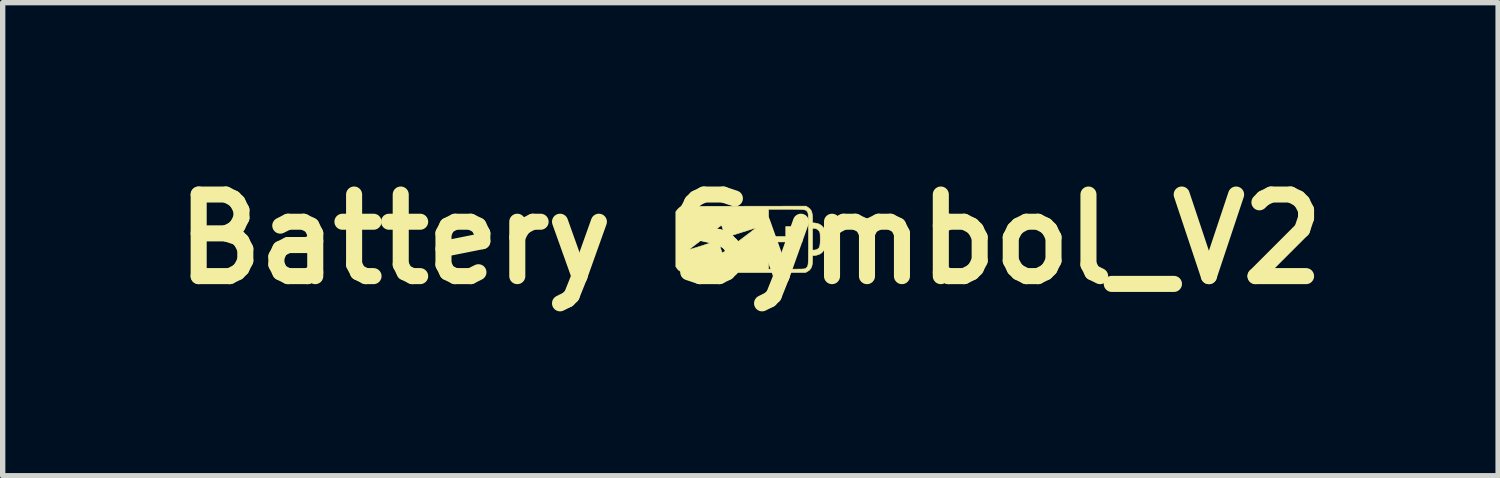
<source format=kicad_pcb>
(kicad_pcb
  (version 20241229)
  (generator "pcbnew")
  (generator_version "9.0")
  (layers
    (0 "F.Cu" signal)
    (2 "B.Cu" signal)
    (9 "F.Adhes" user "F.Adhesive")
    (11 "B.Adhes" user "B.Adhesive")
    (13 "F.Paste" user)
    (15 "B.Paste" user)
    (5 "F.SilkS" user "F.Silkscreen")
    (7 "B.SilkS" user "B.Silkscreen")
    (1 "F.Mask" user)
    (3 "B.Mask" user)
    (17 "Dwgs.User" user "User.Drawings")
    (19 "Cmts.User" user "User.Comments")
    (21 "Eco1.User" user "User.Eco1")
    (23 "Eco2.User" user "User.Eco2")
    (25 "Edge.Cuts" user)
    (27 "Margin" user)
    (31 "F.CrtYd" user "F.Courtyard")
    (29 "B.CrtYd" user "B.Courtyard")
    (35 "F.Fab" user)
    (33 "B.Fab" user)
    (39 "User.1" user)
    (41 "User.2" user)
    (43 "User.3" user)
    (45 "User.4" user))
  (footprint "Battery Symbol_V2"
    (layer "F.Cu")
    (at 10.966 1.418)
    (property "Reference" "Battery Symbol_V2" (at 0 0 0) (layer "F.SilkS") (effects (font (size 1.524 1.524) (thickness 0.3))))
    (attr through_hole)
    (fp_poly (pts (xy 0.762 -0.051) (xy 0.965 -0.051) (xy 0.965 0.051) (xy 0.762 0.051) (xy 0.762 0.237) (xy 0.66 0.237) (xy 0.66 0.051) (xy 0.457 0.051) (xy 0.457 -0.051) (xy 0.66 -0.051) (xy 0.66 -0.237) (xy 0.762 -0.237) (xy 0.762 -0.051)) (stroke (width 0.01) (type solid)) (fill yes) (layer "F.SilkS"))
    (fp_poly (pts (xy 1.078 -0.593) (xy 1.111 -0.566) (xy 1.135 -0.534) (xy 1.15 -0.493) (xy 1.158 -0.441) (xy 1.16 -0.393) (xy 1.16 -0.307) (xy 1.212 -0.302) (xy 1.271 -0.288) (xy 1.321 -0.261) (xy 1.36 -0.223) (xy 1.387 -0.174) (xy 1.396 -0.143) (xy 1.401 -0.108) (xy 1.404 -0.062) (xy 1.406 -0.011) (xy 1.405 0.042) (xy 1.402 0.092) (xy 1.398 0.133) (xy 1.392 0.159) (xy 1.369 0.212) (xy 1.332 0.254) (xy 1.285 0.283) (xy 1.228 0.3) (xy 1.209 0.303) (xy 1.16 0.307) (xy 1.16 0.389) (xy 1.157 0.455) (xy 1.147 0.506) (xy 1.128 0.547) (xy 1.101 0.579) (xy 1.064 0.603) (xy 1.029 0.622) (xy -0.106 0.624) (xy -0.244 0.624) (xy -0.377 0.624) (xy -0.505 0.624) (xy -0.626 0.623) (xy -0.74 0.623) (xy -0.846 0.623) (xy -0.942 0.622) (xy -1.028 0.622) (xy -1.103 0.621) (xy -1.164 0.621) (xy -1.213 0.62) (xy -1.247 0.619) (xy -1.265 0.619) (xy -1.268 0.618) (xy -1.309 0.601) (xy -1.348 0.572) (xy -1.372 0.543) (xy -1.393 0.513) (xy -1.393 0.192) (xy -1.14 0.192) (xy -1.131 0.19) (xy -1.108 0.184) (xy -1.073 0.174) (xy -1.028 0.16) (xy -0.974 0.143) (xy -0.913 0.124) (xy -0.873 0.111) (xy -0.81 0.09) (xy -0.752 0.071) (xy -0.701 0.055) (xy -0.659 0.042) (xy -0.628 0.032) (xy -0.611 0.026) (xy -0.607 0.025) (xy -0.603 0.033) (xy -0.595 0.054) (xy -0.585 0.084) (xy -0.572 0.122) (xy -0.572 0.123) (xy -0.559 0.163) (xy -0.547 0.199) (xy -0.538 0.227) (xy -0.533 0.242) (xy -0.531 0.246) (xy -0.529 0.249) (xy -0.524 0.25) (xy -0.517 0.248) (xy -0.506 0.243) (xy -0.491 0.233) (xy -0.47 0.22) (xy -0.442 0.2) (xy -0.407 0.175) (xy -0.363 0.143) (xy -0.31 0.104) (xy -0.247 0.056) (xy -0.173 0.000484) (xy -0.086 -0.065) (xy -0.055 -0.088) (xy -0.012 -0.12) (xy 0.026 -0.15) (xy 0.057 -0.174) (xy 0.08 -0.193) (xy 0.091 -0.203) (xy 0.092 -0.205) (xy 0.091 -0.211) (xy 0.088 -0.21) (xy 0.078 -0.206) (xy 0.054 -0.198) (xy 0.018 -0.186) (xy -0.027 -0.172) (xy -0.078 -0.155) (xy -0.134 -0.138) (xy -0.192 -0.12) (xy -0.249 -0.102) (xy -0.304 -0.085) (xy -0.354 -0.069) (xy -0.397 -0.056) (xy -0.43 -0.046) (xy -0.45 -0.04) (xy -0.456 -0.039) (xy -0.464 -0.046) (xy -0.475 -0.067) (xy -0.489 -0.104) (xy -0.504 -0.15) (xy -0.539 -0.263) (xy -0.64 -0.188) (xy -0.749 -0.107) (xy -0.845 -0.036) (xy -0.927 0.025) (xy -0.996 0.077) (xy -1.051 0.119) (xy -1.093 0.151) (xy -1.122 0.174) (xy -1.137 0.188) (xy -1.14 0.192) (xy -1.393 0.192) (xy -1.393 -0.514) (xy -1.37 -0.544) (xy -1.356 -0.559) (xy 0.339 -0.559) (xy 0.339 0.559) (xy 0.676 0.559) (xy 0.761 0.559) (xy 0.83 0.559) (xy 0.886 0.558) (xy 0.929 0.558) (xy 0.962 0.557) (xy 0.987 0.555) (xy 1.005 0.554) (xy 1.017 0.551) (xy 1.026 0.548) (xy 1.032 0.544) (xy 1.036 0.541) (xy 1.046 0.533) (xy 1.054 0.526) (xy 1.062 0.517) (xy 1.067 0.506) (xy 1.072 0.492) (xy 1.076 0.472) (xy 1.079 0.446) (xy 1.081 0.412) (xy 1.082 0.368) (xy 1.083 0.315) (xy 1.083 0.249) (xy 1.084 0.203) (xy 1.16 0.203) (xy 1.192 0.203) (xy 1.221 0.198) (xy 1.25 0.187) (xy 1.251 0.186) (xy 1.271 0.172) (xy 1.285 0.153) (xy 1.294 0.128) (xy 1.3 0.094) (xy 1.303 0.049) (xy 1.304 -0.002) (xy 1.303 -0.052) (xy 1.302 -0.088) (xy 1.299 -0.114) (xy 1.294 -0.133) (xy 1.289 -0.144) (xy 1.266 -0.173) (xy 1.232 -0.194) (xy 1.193 -0.203) (xy 1.187 -0.203) (xy 1.16 -0.203) (xy 1.16 0.203) (xy 1.084 0.203) (xy 1.084 0.17) (xy 1.084 0.076) (xy 1.084 -0.002) (xy 1.084 -0.104) (xy 1.084 -0.19) (xy 1.083 -0.262) (xy 1.083 -0.322) (xy 1.082 -0.37) (xy 1.082 -0.408) (xy 1.08 -0.437) (xy 1.079 -0.46) (xy 1.077 -0.476) (xy 1.075 -0.487) (xy 1.072 -0.496) (xy 1.069 -0.503) (xy 1.067 -0.505) (xy 1.059 -0.518) (xy 1.051 -0.529) (xy 1.041 -0.538) (xy 1.028 -0.544) (xy 1.009 -0.549) (xy 0.984 -0.553) (xy 0.951 -0.556) (xy 0.908 -0.557) (xy 0.854 -0.558) (xy 0.786 -0.559) (xy 0.704 -0.559) (xy 0.669 -0.559) (xy 0.339 -0.559) (xy -1.356 -0.559) (xy -1.348 -0.569) (xy -1.324 -0.59) (xy -1.319 -0.594) (xy -1.291 -0.614) (xy 1.038 -0.618) (xy 1.078 -0.593)) (stroke (width 0.01) (type solid)) (fill yes) (layer "F.SilkS")))
  (gr_rect
    (start -3 -3)
    (end 24.931 5.836)
    (stroke (width 0.1) (type default))
    (fill no)
    (layer "Edge.Cuts")))
</source>
